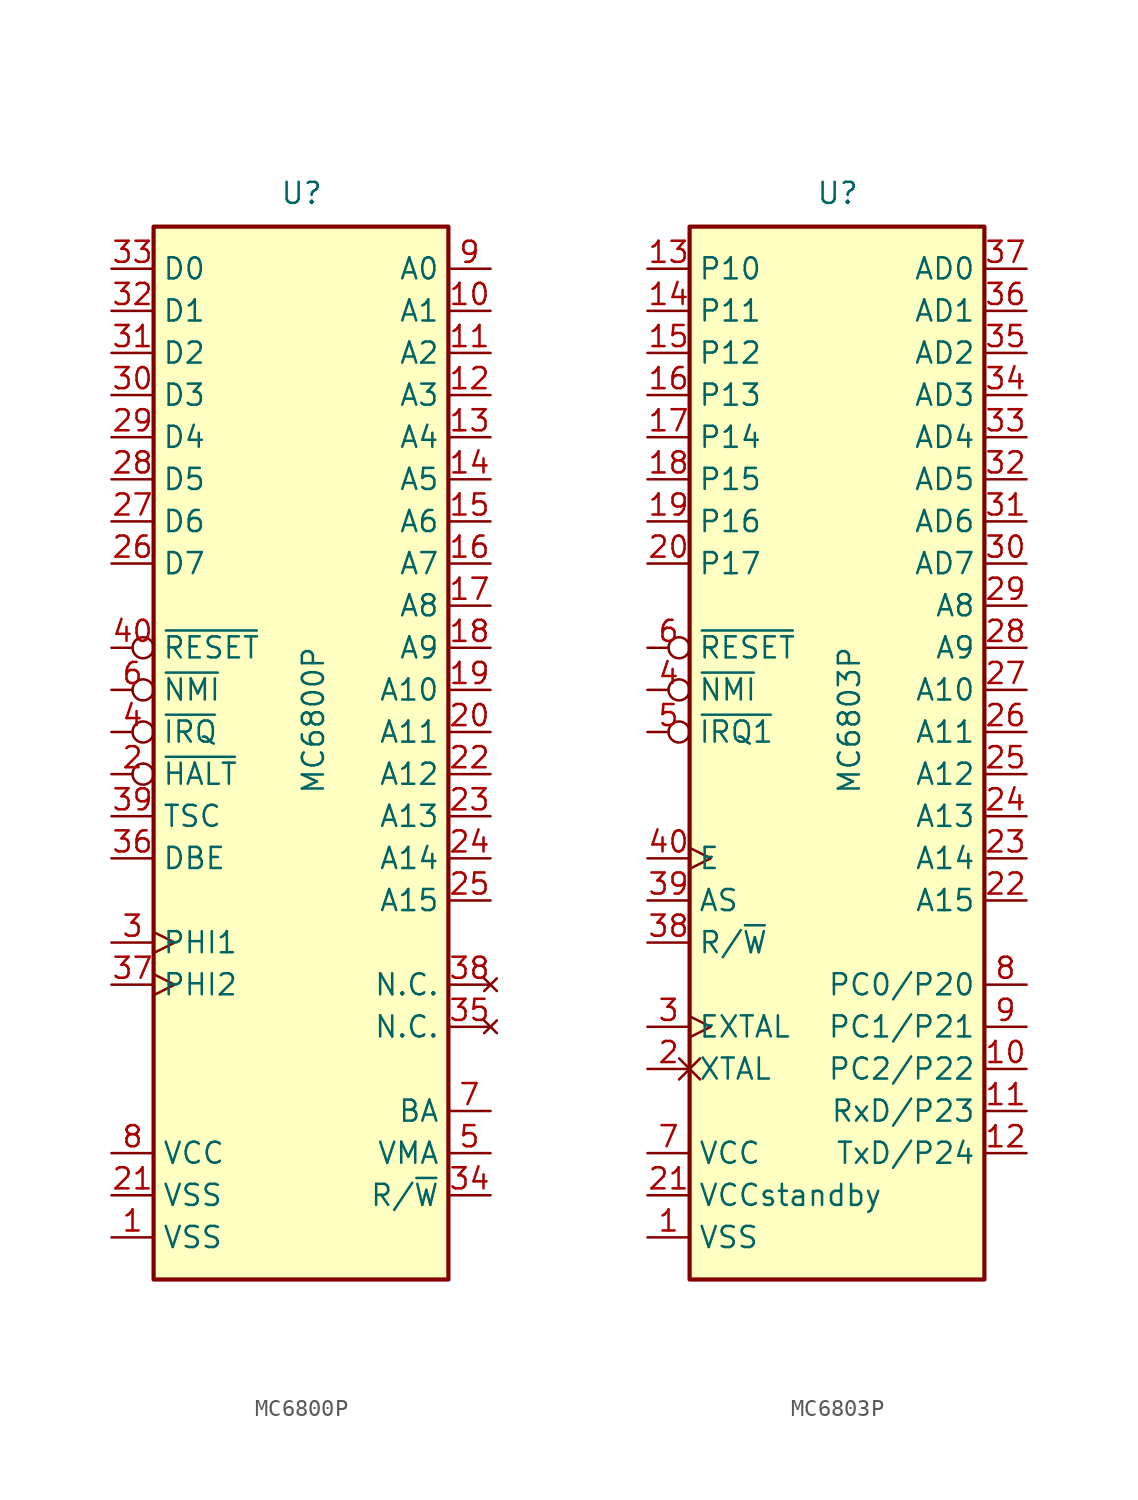
<source format=kicad_sym>
(kicad_symbol_lib
  (version 20220914)
  (generator kicad_symbol_editor)
  (symbol "MC6800P"
    (property "Reference" "U"
      (at -1.27 31.75 0)
      (effects (font (size 1.27 1.27)) (justify left bottom)))
    (property "Value" "MC6800P"
      (at 0 -3.81 90)
      (effects (font (size 1.27 1.27)) (justify left top)))
    (symbol "MC6800P_0_1"
      (rectangle (start -8.89 -33.02) (end 8.89 30.48) (stroke (width 0.254) (type default)) (fill (type background))))
    (symbol "MC6800P_1_1"
      (pin power_in line (at -11.43 -30.48 0) (length 2.54) (name "VSS" (effects (font (size 1.27 1.27)))) (number "1" (effects (font (size 1.27 1.27)))))
      (pin output line (at 11.43 25.4 180) (length 2.54) (name "A1" (effects (font (size 1.27 1.27)))) (number "10" (effects (font (size 1.27 1.27)))))
      (pin output line (at 11.43 22.86 180) (length 2.54) (name "A2" (effects (font (size 1.27 1.27)))) (number "11" (effects (font (size 1.27 1.27)))))
      (pin output line (at 11.43 20.32 180) (length 2.54) (name "A3" (effects (font (size 1.27 1.27)))) (number "12" (effects (font (size 1.27 1.27)))))
      (pin output line (at 11.43 17.78 180) (length 2.54) (name "A4" (effects (font (size 1.27 1.27)))) (number "13" (effects (font (size 1.27 1.27)))))
      (pin output line (at 11.43 15.24 180) (length 2.54) (name "A5" (effects (font (size 1.27 1.27)))) (number "14" (effects (font (size 1.27 1.27)))))
      (pin output line (at 11.43 12.7 180) (length 2.54) (name "A6" (effects (font (size 1.27 1.27)))) (number "15" (effects (font (size 1.27 1.27)))))
      (pin output line (at 11.43 10.16 180) (length 2.54) (name "A7" (effects (font (size 1.27 1.27)))) (number "16" (effects (font (size 1.27 1.27)))))
      (pin output line (at 11.43 7.62 180) (length 2.54) (name "A8" (effects (font (size 1.27 1.27)))) (number "17" (effects (font (size 1.27 1.27)))))
      (pin output line (at 11.43 5.08 180) (length 2.54) (name "A9" (effects (font (size 1.27 1.27)))) (number "18" (effects (font (size 1.27 1.27)))))
      (pin output line (at 11.43 2.54 180) (length 2.54) (name "A10" (effects (font (size 1.27 1.27)))) (number "19" (effects (font (size 1.27 1.27)))))
      (pin input inverted (at -11.43 -2.54 0) (length 2.54) (name "~{HALT}" (effects (font (size 1.27 1.27)))) (number "2" (effects (font (size 1.27 1.27)))))
      (pin output line (at 11.43 0 180) (length 2.54) (name "A11" (effects (font (size 1.27 1.27)))) (number "20" (effects (font (size 1.27 1.27)))))
      (pin power_in line (at -11.43 -27.94 0) (length 2.54) (name "VSS" (effects (font (size 1.27 1.27)))) (number "21" (effects (font (size 1.27 1.27)))))
      (pin output line (at 11.43 -2.54 180) (length 2.54) (name "A12" (effects (font (size 1.27 1.27)))) (number "22" (effects (font (size 1.27 1.27)))))
      (pin output line (at 11.43 -5.08 180) (length 2.54) (name "A13" (effects (font (size 1.27 1.27)))) (number "23" (effects (font (size 1.27 1.27)))))
      (pin output line (at 11.43 -7.62 180) (length 2.54) (name "A14" (effects (font (size 1.27 1.27)))) (number "24" (effects (font (size 1.27 1.27)))))
      (pin output line (at 11.43 -10.16 180) (length 2.54) (name "A15" (effects (font (size 1.27 1.27)))) (number "25" (effects (font (size 1.27 1.27)))))
      (pin bidirectional line (at -11.43 10.16 0) (length 2.54) (name "D7" (effects (font (size 1.27 1.27)))) (number "26" (effects (font (size 1.27 1.27)))))
      (pin bidirectional line (at -11.43 12.7 0) (length 2.54) (name "D6" (effects (font (size 1.27 1.27)))) (number "27" (effects (font (size 1.27 1.27)))))
      (pin bidirectional line (at -11.43 15.24 0) (length 2.54) (name "D5" (effects (font (size 1.27 1.27)))) (number "28" (effects (font (size 1.27 1.27)))))
      (pin bidirectional line (at -11.43 17.78 0) (length 2.54) (name "D4" (effects (font (size 1.27 1.27)))) (number "29" (effects (font (size 1.27 1.27)))))
      (pin input clock (at -11.43 -12.7 0) (length 2.54) (name "PHI1" (effects (font (size 1.27 1.27)))) (number "3" (effects (font (size 1.27 1.27)))))
      (pin bidirectional line (at -11.43 20.32 0) (length 2.54) (name "D3" (effects (font (size 1.27 1.27)))) (number "30" (effects (font (size 1.27 1.27)))))
      (pin bidirectional line (at -11.43 22.86 0) (length 2.54) (name "D2" (effects (font (size 1.27 1.27)))) (number "31" (effects (font (size 1.27 1.27)))))
      (pin bidirectional line (at -11.43 25.4 0) (length 2.54) (name "D1" (effects (font (size 1.27 1.27)))) (number "32" (effects (font (size 1.27 1.27)))))
      (pin bidirectional line (at -11.43 27.94 0) (length 2.54) (name "D0" (effects (font (size 1.27 1.27)))) (number "33" (effects (font (size 1.27 1.27)))))
      (pin output line (at 11.43 -27.94 180) (length 2.54) (name "R/~{W}" (effects (font (size 1.27 1.27)))) (number "34" (effects (font (size 1.27 1.27)))))
      (pin no_connect line (at 11.43 -17.78 180) (length 2.54) (name "N.C." (effects (font (size 1.27 1.27)))) (number "35" (effects (font (size 1.27 1.27)))))
      (pin input line (at -11.43 -7.62 0) (length 2.54) (name "DBE" (effects (font (size 1.27 1.27)))) (number "36" (effects (font (size 1.27 1.27)))))
      (pin input clock (at -11.43 -15.24 0) (length 2.54) (name "PHI2" (effects (font (size 1.27 1.27)))) (number "37" (effects (font (size 1.27 1.27)))))
      (pin no_connect line (at 11.43 -15.24 180) (length 2.54) (name "N.C." (effects (font (size 1.27 1.27)))) (number "38" (effects (font (size 1.27 1.27)))))
      (pin input line (at -11.43 -5.08 0) (length 2.54) (name "TSC" (effects (font (size 1.27 1.27)))) (number "39" (effects (font (size 1.27 1.27)))))
      (pin input inverted (at -11.43 0 0) (length 2.54) (name "~{IRQ}" (effects (font (size 1.27 1.27)))) (number "4" (effects (font (size 1.27 1.27)))))
      (pin input inverted (at -11.43 5.08 0) (length 2.54) (name "~{RESET}" (effects (font (size 1.27 1.27)))) (number "40" (effects (font (size 1.27 1.27)))))
      (pin output line (at 11.43 -25.4 180) (length 2.54) (name "VMA" (effects (font (size 1.27 1.27)))) (number "5" (effects (font (size 1.27 1.27)))))
      (pin input inverted (at -11.43 2.54 0) (length 2.54) (name "~{NMI}" (effects (font (size 1.27 1.27)))) (number "6" (effects (font (size 1.27 1.27)))))
      (pin output line (at 11.43 -22.86 180) (length 2.54) (name "BA" (effects (font (size 1.27 1.27)))) (number "7" (effects (font (size 1.27 1.27)))))
      (pin power_in line (at -11.43 -25.4 0) (length 2.54) (name "VCC" (effects (font (size 1.27 1.27)))) (number "8" (effects (font (size 1.27 1.27)))))
      (pin output line (at 11.43 27.94 180) (length 2.54) (name "A0" (effects (font (size 1.27 1.27)))) (number "9" (effects (font (size 1.27 1.27)))))))
  (symbol "MC6803P"
    (property "Reference" "U"
      (at -1.27 31.75 0)
      (effects (font (size 1.27 1.27)) (justify left bottom)))
    (property "Value" "MC6803P"
      (at 0 -3.81 90)
      (effects (font (size 1.27 1.27)) (justify left top)))
    (symbol "MC6803P_0_1"
      (rectangle (start -8.89 -33.02) (end 8.89 30.48) (stroke (width 0.254) (type default)) (fill (type background))))
    (symbol "MC6803P_1_1"
      (pin power_in line (at -11.43 -30.48 0) (length 2.54) (name "VSS" (effects (font (size 1.27 1.27)))) (number "1" (effects (font (size 1.27 1.27)))))
      (pin bidirectional line (at 11.43 -20.32 180) (length 2.54) (name "PC2/P22" (effects (font (size 1.27 1.27)))) (number "10" (effects (font (size 1.27 1.27)))))
      (pin input line (at 11.43 -22.86 180) (length 2.54) (name "RxD/P23" (effects (font (size 1.27 1.27)))) (number "11" (effects (font (size 1.27 1.27)))))
      (pin output line (at 11.43 -25.4 180) (length 2.54) (name "TxD/P24" (effects (font (size 1.27 1.27)))) (number "12" (effects (font (size 1.27 1.27)))))
      (pin bidirectional line (at -11.43 27.94 0) (length 2.54) (name "P10" (effects (font (size 1.27 1.27)))) (number "13" (effects (font (size 1.27 1.27)))))
      (pin bidirectional line (at -11.43 25.4 0) (length 2.54) (name "P11" (effects (font (size 1.27 1.27)))) (number "14" (effects (font (size 1.27 1.27)))))
      (pin bidirectional line (at -11.43 22.86 0) (length 2.54) (name "P12" (effects (font (size 1.27 1.27)))) (number "15" (effects (font (size 1.27 1.27)))))
      (pin bidirectional line (at -11.43 20.32 0) (length 2.54) (name "P13" (effects (font (size 1.27 1.27)))) (number "16" (effects (font (size 1.27 1.27)))))
      (pin bidirectional line (at -11.43 17.78 0) (length 2.54) (name "P14" (effects (font (size 1.27 1.27)))) (number "17" (effects (font (size 1.27 1.27)))))
      (pin bidirectional line (at -11.43 15.24 0) (length 2.54) (name "P15" (effects (font (size 1.27 1.27)))) (number "18" (effects (font (size 1.27 1.27)))))
      (pin bidirectional line (at -11.43 12.7 0) (length 2.54) (name "P16" (effects (font (size 1.27 1.27)))) (number "19" (effects (font (size 1.27 1.27)))))
      (pin input non_logic (at -11.43 -20.32 0) (length 2.54) (name "XTAL" (effects (font (size 1.27 1.27)))) (number "2" (effects (font (size 1.27 1.27)))))
      (pin bidirectional line (at -11.43 10.16 0) (length 2.54) (name "P17" (effects (font (size 1.27 1.27)))) (number "20" (effects (font (size 1.27 1.27)))))
      (pin power_in line (at -11.43 -27.94 0) (length 2.54) (name "VCCstandby" (effects (font (size 1.27 1.27)))) (number "21" (effects (font (size 1.27 1.27)))))
      (pin output line (at 11.43 -10.16 180) (length 2.54) (name "A15" (effects (font (size 1.27 1.27)))) (number "22" (effects (font (size 1.27 1.27)))))
      (pin output line (at 11.43 -7.62 180) (length 2.54) (name "A14" (effects (font (size 1.27 1.27)))) (number "23" (effects (font (size 1.27 1.27)))))
      (pin output line (at 11.43 -5.08 180) (length 2.54) (name "A13" (effects (font (size 1.27 1.27)))) (number "24" (effects (font (size 1.27 1.27)))))
      (pin output line (at 11.43 -2.54 180) (length 2.54) (name "A12" (effects (font (size 1.27 1.27)))) (number "25" (effects (font (size 1.27 1.27)))))
      (pin output line (at 11.43 0 180) (length 2.54) (name "A11" (effects (font (size 1.27 1.27)))) (number "26" (effects (font (size 1.27 1.27)))))
      (pin output line (at 11.43 2.54 180) (length 2.54) (name "A10" (effects (font (size 1.27 1.27)))) (number "27" (effects (font (size 1.27 1.27)))))
      (pin output line (at 11.43 5.08 180) (length 2.54) (name "A9" (effects (font (size 1.27 1.27)))) (number "28" (effects (font (size 1.27 1.27)))))
      (pin output line (at 11.43 7.62 180) (length 2.54) (name "A8" (effects (font (size 1.27 1.27)))) (number "29" (effects (font (size 1.27 1.27)))))
      (pin input clock (at -11.43 -17.78 0) (length 2.54) (name "EXTAL" (effects (font (size 1.27 1.27)))) (number "3" (effects (font (size 1.27 1.27)))))
      (pin bidirectional line (at 11.43 10.16 180) (length 2.54) (name "AD7" (effects (font (size 1.27 1.27)))) (number "30" (effects (font (size 1.27 1.27)))))
      (pin bidirectional line (at 11.43 12.7 180) (length 2.54) (name "AD6" (effects (font (size 1.27 1.27)))) (number "31" (effects (font (size 1.27 1.27)))))
      (pin bidirectional line (at 11.43 15.24 180) (length 2.54) (name "AD5" (effects (font (size 1.27 1.27)))) (number "32" (effects (font (size 1.27 1.27)))))
      (pin bidirectional line (at 11.43 17.78 180) (length 2.54) (name "AD4" (effects (font (size 1.27 1.27)))) (number "33" (effects (font (size 1.27 1.27)))))
      (pin bidirectional line (at 11.43 20.32 180) (length 2.54) (name "AD3" (effects (font (size 1.27 1.27)))) (number "34" (effects (font (size 1.27 1.27)))))
      (pin bidirectional line (at 11.43 22.86 180) (length 2.54) (name "AD2" (effects (font (size 1.27 1.27)))) (number "35" (effects (font (size 1.27 1.27)))))
      (pin bidirectional line (at 11.43 25.4 180) (length 2.54) (name "AD1" (effects (font (size 1.27 1.27)))) (number "36" (effects (font (size 1.27 1.27)))))
      (pin bidirectional line (at 11.43 27.94 180) (length 2.54) (name "AD0" (effects (font (size 1.27 1.27)))) (number "37" (effects (font (size 1.27 1.27)))))
      (pin output line (at -11.43 -12.7 0) (length 2.54) (name "R/~{W}" (effects (font (size 1.27 1.27)))) (number "38" (effects (font (size 1.27 1.27)))))
      (pin output line (at -11.43 -10.16 0) (length 2.54) (name "AS" (effects (font (size 1.27 1.27)))) (number "39" (effects (font (size 1.27 1.27)))))
      (pin input inverted (at -11.43 2.54 0) (length 2.54) (name "~{NMI}" (effects (font (size 1.27 1.27)))) (number "4" (effects (font (size 1.27 1.27)))))
      (pin output clock (at -11.43 -7.62 0) (length 2.54) (name "E" (effects (font (size 1.27 1.27)))) (number "40" (effects (font (size 1.27 1.27)))))
      (pin input inverted (at -11.43 0 0) (length 2.54) (name "~{IRQ1}" (effects (font (size 1.27 1.27)))) (number "5" (effects (font (size 1.27 1.27)))))
      (pin input inverted (at -11.43 5.08 0) (length 2.54) (name "~{RESET}" (effects (font (size 1.27 1.27)))) (number "6" (effects (font (size 1.27 1.27)))))
      (pin power_in line (at -11.43 -25.4 0) (length 2.54) (name "VCC" (effects (font (size 1.27 1.27)))) (number "7" (effects (font (size 1.27 1.27)))))
      (pin bidirectional line (at 11.43 -15.24 180) (length 2.54) (name "PC0/P20" (effects (font (size 1.27 1.27)))) (number "8" (effects (font (size 1.27 1.27)))))
      (pin bidirectional line (at 11.43 -17.78 180) (length 2.54) (name "PC1/P21" (effects (font (size 1.27 1.27)))) (number "9" (effects (font (size 1.27 1.27))))))))
</source>
